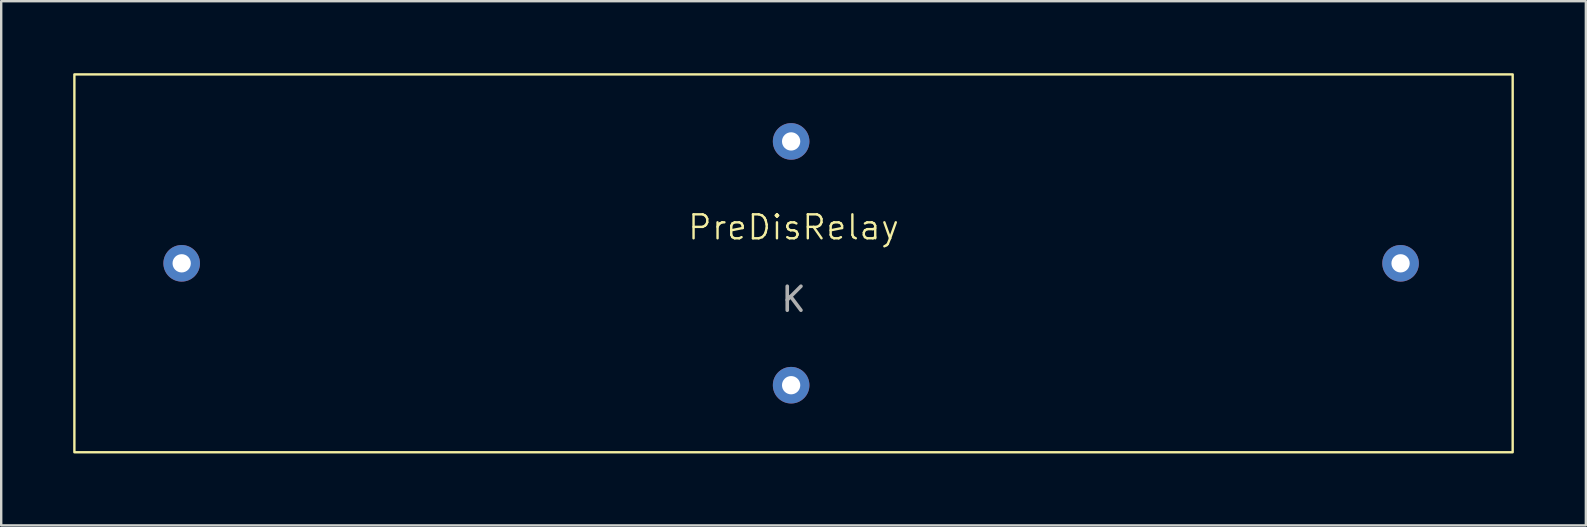
<source format=kicad_pcb>
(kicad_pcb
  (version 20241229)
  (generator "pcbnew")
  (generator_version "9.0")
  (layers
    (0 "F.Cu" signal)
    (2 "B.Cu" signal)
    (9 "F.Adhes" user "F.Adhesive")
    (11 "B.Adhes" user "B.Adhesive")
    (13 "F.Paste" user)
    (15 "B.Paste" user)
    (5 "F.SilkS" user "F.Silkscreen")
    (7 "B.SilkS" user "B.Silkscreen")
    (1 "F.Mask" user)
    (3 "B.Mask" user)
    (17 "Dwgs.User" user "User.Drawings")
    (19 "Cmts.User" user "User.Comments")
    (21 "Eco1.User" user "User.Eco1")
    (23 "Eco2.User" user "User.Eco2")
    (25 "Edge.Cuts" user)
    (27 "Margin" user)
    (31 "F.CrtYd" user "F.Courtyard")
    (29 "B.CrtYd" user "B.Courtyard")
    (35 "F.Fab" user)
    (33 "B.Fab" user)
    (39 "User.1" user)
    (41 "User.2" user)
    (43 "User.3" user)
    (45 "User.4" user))
  (footprint "PreDisRelay"
    (layer "F.Cu")
    (at 4.522 7.924)
    (property "Reference" "PreDisRelay" (at 25.5 -1.5 0) (unlocked yes) (layer "F.SilkS") (effects (font (size 1 1) (thickness 0.1))))
    (attr through_hole)
    (fp_rect (start -4.472 -7.874) (end 55.472 7.874) (stroke (width 0.1) (type default)) (fill no) (layer "F.SilkS"))
    (fp_text user "K" (at 25.5 1.5 0) (unlocked yes) (layer "F.Fab") (effects (font (size 1 1) (thickness 0.15))))
    (pad "1" thru_hole circle (at 0 0) (size 1.524 1.524) (drill 0.762) (layers "*.Cu" "*.Mask"))
    (pad "2" thru_hole circle (at 50.8 0) (size 1.524 1.524) (drill 0.762) (layers "*.Cu" "*.Mask"))
    (pad "3" thru_hole circle (at 25.4 -5.08) (size 1.524 1.524) (drill 0.762) (layers "*.Cu" "*.Mask"))
    (pad "4" thru_hole circle (at 25.4 5.08) (size 1.524 1.524) (drill 0.762) (layers "*.Cu" "*.Mask")))
  (gr_rect
    (start -3 -3)
    (end 63.044 18.848)
    (stroke (width 0.1) (type default))
    (fill no)
    (layer "Edge.Cuts")))
</source>
